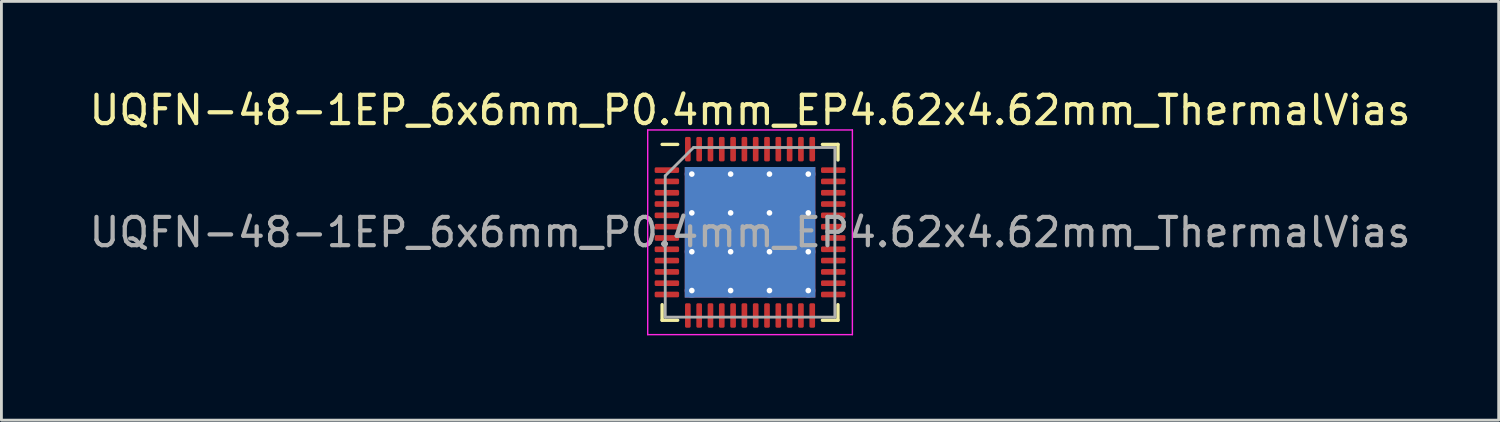
<source format=kicad_pcb>
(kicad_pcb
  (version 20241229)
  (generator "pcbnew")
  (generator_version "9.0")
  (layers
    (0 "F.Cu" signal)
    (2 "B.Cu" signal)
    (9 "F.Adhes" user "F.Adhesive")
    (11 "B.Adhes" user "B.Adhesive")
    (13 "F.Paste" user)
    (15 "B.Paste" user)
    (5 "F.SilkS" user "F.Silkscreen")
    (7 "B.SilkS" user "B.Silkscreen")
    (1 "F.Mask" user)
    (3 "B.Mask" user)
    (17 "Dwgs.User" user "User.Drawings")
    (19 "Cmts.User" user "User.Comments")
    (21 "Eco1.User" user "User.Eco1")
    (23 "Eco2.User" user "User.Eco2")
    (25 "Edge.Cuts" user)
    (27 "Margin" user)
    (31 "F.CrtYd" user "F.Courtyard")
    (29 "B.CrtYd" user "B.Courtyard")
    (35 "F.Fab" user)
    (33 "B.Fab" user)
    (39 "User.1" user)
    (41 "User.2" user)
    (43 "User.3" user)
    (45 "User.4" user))
  (footprint "UQFN-48-1EP_6x6mm_P0.4mm_EP4.62x4.62mm_ThermalVias"
    (layer "F.Cu")
    (at 23.482 5.168)
    (property "Reference" "UQFN-48-1EP_6x6mm_P0.4mm_EP4.62x4.62mm_ThermalVias" (at 0 -4.32 0) (layer "F.SilkS") (effects (font (size 1 1) (thickness 0.15))))
    (attr smd)
    (fp_line (start -3.11 3.11) (end -3.11 2.56) (stroke (width 0.12) (type solid)) (layer "F.SilkS"))
    (fp_line (start -2.56 -3.11) (end -3.11 -3.11) (stroke (width 0.12) (type solid)) (layer "F.SilkS"))
    (fp_line (start -2.56 3.11) (end -3.11 3.11) (stroke (width 0.12) (type solid)) (layer "F.SilkS"))
    (fp_line (start 2.56 -3.11) (end 3.11 -3.11) (stroke (width 0.12) (type solid)) (layer "F.SilkS"))
    (fp_line (start 2.56 3.11) (end 3.11 3.11) (stroke (width 0.12) (type solid)) (layer "F.SilkS"))
    (fp_line (start 3.11 -3.11) (end 3.11 -2.56) (stroke (width 0.12) (type solid)) (layer "F.SilkS"))
    (fp_line (start 3.11 3.11) (end 3.11 2.56) (stroke (width 0.12) (type solid)) (layer "F.SilkS"))
    (fp_line (start -3.62 -3.62) (end -3.62 3.62) (stroke (width 0.05) (type solid)) (layer "F.CrtYd"))
    (fp_line (start -3.62 3.62) (end 3.62 3.62) (stroke (width 0.05) (type solid)) (layer "F.CrtYd"))
    (fp_line (start 3.62 -3.62) (end -3.62 -3.62) (stroke (width 0.05) (type solid)) (layer "F.CrtYd"))
    (fp_line (start 3.62 3.62) (end 3.62 -3.62) (stroke (width 0.05) (type solid)) (layer "F.CrtYd"))
    (fp_line (start -3 -2) (end -2 -3) (stroke (width 0.1) (type solid)) (layer "F.Fab"))
    (fp_line (start -3 3) (end -3 -2) (stroke (width 0.1) (type solid)) (layer "F.Fab"))
    (fp_line (start -2 -3) (end 3 -3) (stroke (width 0.1) (type solid)) (layer "F.Fab"))
    (fp_line (start 3 -3) (end 3 3) (stroke (width 0.1) (type solid)) (layer "F.Fab"))
    (fp_line (start 3 3) (end -3 3) (stroke (width 0.1) (type solid)) (layer "F.Fab"))
    (fp_text user "${REFERENCE}" (at 0 0 0) (layer "F.Fab") (effects (font (size 1 1) (thickness 0.15))))
    (pad "" smd roundrect (at -1.373 -1.373) (size 1.193 1.193) (layers "F.Paste") (roundrect_rratio 0.21))
    (pad "" smd roundrect (at -1.373 0) (size 1.193 1.193) (layers "F.Paste") (roundrect_rratio 0.21))
    (pad "" smd roundrect (at -1.373 1.373) (size 1.193 1.193) (layers "F.Paste") (roundrect_rratio 0.21))
    (pad "" smd roundrect (at 0 -1.373) (size 1.193 1.193) (layers "F.Paste") (roundrect_rratio 0.21))
    (pad "" smd roundrect (at 0 0) (size 1.193 1.193) (layers "F.Paste") (roundrect_rratio 0.21))
    (pad "" smd roundrect (at 0 1.373) (size 1.193 1.193) (layers "F.Paste") (roundrect_rratio 0.21))
    (pad "" smd roundrect (at 1.373 -1.373) (size 1.193 1.193) (layers "F.Paste") (roundrect_rratio 0.21))
    (pad "" smd roundrect (at 1.373 0) (size 1.193 1.193) (layers "F.Paste") (roundrect_rratio 0.21))
    (pad "" smd roundrect (at 1.373 1.373) (size 1.193 1.193) (layers "F.Paste") (roundrect_rratio 0.21))
    (pad "1" smd roundrect (at -2.942 -2.2) (size 0.865 0.2) (layers "F.Cu" "F.Mask" "F.Paste") (roundrect_rratio 0.25))
    (pad "2" smd roundrect (at -2.942 -1.8) (size 0.865 0.2) (layers "F.Cu" "F.Mask" "F.Paste") (roundrect_rratio 0.25))
    (pad "3" smd roundrect (at -2.942 -1.4) (size 0.865 0.2) (layers "F.Cu" "F.Mask" "F.Paste") (roundrect_rratio 0.25))
    (pad "4" smd roundrect (at -2.942 -1) (size 0.865 0.2) (layers "F.Cu" "F.Mask" "F.Paste") (roundrect_rratio 0.25))
    (pad "5" smd roundrect (at -2.942 -0.6) (size 0.865 0.2) (layers "F.Cu" "F.Mask" "F.Paste") (roundrect_rratio 0.25))
    (pad "6" smd roundrect (at -2.942 -0.2) (size 0.865 0.2) (layers "F.Cu" "F.Mask" "F.Paste") (roundrect_rratio 0.25))
    (pad "7" smd roundrect (at -2.942 0.2) (size 0.865 0.2) (layers "F.Cu" "F.Mask" "F.Paste") (roundrect_rratio 0.25))
    (pad "8" smd roundrect (at -2.942 0.6) (size 0.865 0.2) (layers "F.Cu" "F.Mask" "F.Paste") (roundrect_rratio 0.25))
    (pad "9" smd roundrect (at -2.942 1) (size 0.865 0.2) (layers "F.Cu" "F.Mask" "F.Paste") (roundrect_rratio 0.25))
    (pad "10" smd roundrect (at -2.942 1.4) (size 0.865 0.2) (layers "F.Cu" "F.Mask" "F.Paste") (roundrect_rratio 0.25))
    (pad "11" smd roundrect (at -2.942 1.8) (size 0.865 0.2) (layers "F.Cu" "F.Mask" "F.Paste") (roundrect_rratio 0.25))
    (pad "12" smd roundrect (at -2.942 2.2) (size 0.865 0.2) (layers "F.Cu" "F.Mask" "F.Paste") (roundrect_rratio 0.25))
    (pad "13" smd roundrect (at -2.2 2.942) (size 0.2 0.865) (layers "F.Cu" "F.Mask" "F.Paste") (roundrect_rratio 0.25))
    (pad "14" smd roundrect (at -1.8 2.942) (size 0.2 0.865) (layers "F.Cu" "F.Mask" "F.Paste") (roundrect_rratio 0.25))
    (pad "15" smd roundrect (at -1.4 2.942) (size 0.2 0.865) (layers "F.Cu" "F.Mask" "F.Paste") (roundrect_rratio 0.25))
    (pad "16" smd roundrect (at -1 2.942) (size 0.2 0.865) (layers "F.Cu" "F.Mask" "F.Paste") (roundrect_rratio 0.25))
    (pad "17" smd roundrect (at -0.6 2.942) (size 0.2 0.865) (layers "F.Cu" "F.Mask" "F.Paste") (roundrect_rratio 0.25))
    (pad "18" smd roundrect (at -0.2 2.942) (size 0.2 0.865) (layers "F.Cu" "F.Mask" "F.Paste") (roundrect_rratio 0.25))
    (pad "19" smd roundrect (at 0.2 2.942) (size 0.2 0.865) (layers "F.Cu" "F.Mask" "F.Paste") (roundrect_rratio 0.25))
    (pad "20" smd roundrect (at 0.6 2.942) (size 0.2 0.865) (layers "F.Cu" "F.Mask" "F.Paste") (roundrect_rratio 0.25))
    (pad "21" smd roundrect (at 1 2.942) (size 0.2 0.865) (layers "F.Cu" "F.Mask" "F.Paste") (roundrect_rratio 0.25))
    (pad "22" smd roundrect (at 1.4 2.942) (size 0.2 0.865) (layers "F.Cu" "F.Mask" "F.Paste") (roundrect_rratio 0.25))
    (pad "23" smd roundrect (at 1.8 2.942) (size 0.2 0.865) (layers "F.Cu" "F.Mask" "F.Paste") (roundrect_rratio 0.25))
    (pad "24" smd roundrect (at 2.2 2.942) (size 0.2 0.865) (layers "F.Cu" "F.Mask" "F.Paste") (roundrect_rratio 0.25))
    (pad "25" smd roundrect (at 2.942 2.2) (size 0.865 0.2) (layers "F.Cu" "F.Mask" "F.Paste") (roundrect_rratio 0.25))
    (pad "26" smd roundrect (at 2.942 1.8) (size 0.865 0.2) (layers "F.Cu" "F.Mask" "F.Paste") (roundrect_rratio 0.25))
    (pad "27" smd roundrect (at 2.942 1.4) (size 0.865 0.2) (layers "F.Cu" "F.Mask" "F.Paste") (roundrect_rratio 0.25))
    (pad "28" smd roundrect (at 2.942 1) (size 0.865 0.2) (layers "F.Cu" "F.Mask" "F.Paste") (roundrect_rratio 0.25))
    (pad "29" smd roundrect (at 2.942 0.6) (size 0.865 0.2) (layers "F.Cu" "F.Mask" "F.Paste") (roundrect_rratio 0.25))
    (pad "30" smd roundrect (at 2.942 0.2) (size 0.865 0.2) (layers "F.Cu" "F.Mask" "F.Paste") (roundrect_rratio 0.25))
    (pad "31" smd roundrect (at 2.942 -0.2) (size 0.865 0.2) (layers "F.Cu" "F.Mask" "F.Paste") (roundrect_rratio 0.25))
    (pad "32" smd roundrect (at 2.942 -0.6) (size 0.865 0.2) (layers "F.Cu" "F.Mask" "F.Paste") (roundrect_rratio 0.25))
    (pad "33" smd roundrect (at 2.942 -1) (size 0.865 0.2) (layers "F.Cu" "F.Mask" "F.Paste") (roundrect_rratio 0.25))
    (pad "34" smd roundrect (at 2.942 -1.4) (size 0.865 0.2) (layers "F.Cu" "F.Mask" "F.Paste") (roundrect_rratio 0.25))
    (pad "35" smd roundrect (at 2.942 -1.8) (size 0.865 0.2) (layers "F.Cu" "F.Mask" "F.Paste") (roundrect_rratio 0.25))
    (pad "36" smd roundrect (at 2.942 -2.2) (size 0.865 0.2) (layers "F.Cu" "F.Mask" "F.Paste") (roundrect_rratio 0.25))
    (pad "37" smd roundrect (at 2.2 -2.942) (size 0.2 0.865) (layers "F.Cu" "F.Mask" "F.Paste") (roundrect_rratio 0.25))
    (pad "38" smd roundrect (at 1.8 -2.942) (size 0.2 0.865) (layers "F.Cu" "F.Mask" "F.Paste") (roundrect_rratio 0.25))
    (pad "39" smd roundrect (at 1.4 -2.942) (size 0.2 0.865) (layers "F.Cu" "F.Mask" "F.Paste") (roundrect_rratio 0.25))
    (pad "40" smd roundrect (at 1 -2.942) (size 0.2 0.865) (layers "F.Cu" "F.Mask" "F.Paste") (roundrect_rratio 0.25))
    (pad "41" smd roundrect (at 0.6 -2.942) (size 0.2 0.865) (layers "F.Cu" "F.Mask" "F.Paste") (roundrect_rratio 0.25))
    (pad "42" smd roundrect (at 0.2 -2.942) (size 0.2 0.865) (layers "F.Cu" "F.Mask" "F.Paste") (roundrect_rratio 0.25))
    (pad "43" smd roundrect (at -0.2 -2.942) (size 0.2 0.865) (layers "F.Cu" "F.Mask" "F.Paste") (roundrect_rratio 0.25))
    (pad "44" smd roundrect (at -0.6 -2.942) (size 0.2 0.865) (layers "F.Cu" "F.Mask" "F.Paste") (roundrect_rratio 0.25))
    (pad "45" smd roundrect (at -1 -2.942) (size 0.2 0.865) (layers "F.Cu" "F.Mask" "F.Paste") (roundrect_rratio 0.25))
    (pad "46" smd roundrect (at -1.4 -2.942) (size 0.2 0.865) (layers "F.Cu" "F.Mask" "F.Paste") (roundrect_rratio 0.25))
    (pad "47" smd roundrect (at -1.8 -2.942) (size 0.2 0.865) (layers "F.Cu" "F.Mask" "F.Paste") (roundrect_rratio 0.25))
    (pad "48" smd roundrect (at -2.2 -2.942) (size 0.2 0.865) (layers "F.Cu" "F.Mask" "F.Paste") (roundrect_rratio 0.25))
    (pad "49" thru_hole circle (at -2.06 -2.06) (size 0.5 0.5) (drill 0.2) (layers "*.Cu"))
    (pad "49" thru_hole circle (at -2.06 -0.687) (size 0.5 0.5) (drill 0.2) (layers "*.Cu"))
    (pad "49" thru_hole circle (at -2.06 0.687) (size 0.5 0.5) (drill 0.2) (layers "*.Cu"))
    (pad "49" thru_hole circle (at -2.06 2.06) (size 0.5 0.5) (drill 0.2) (layers "*.Cu"))
    (pad "49" thru_hole circle (at -0.687 -2.06) (size 0.5 0.5) (drill 0.2) (layers "*.Cu"))
    (pad "49" thru_hole circle (at -0.687 -0.687) (size 0.5 0.5) (drill 0.2) (layers "*.Cu"))
    (pad "49" thru_hole circle (at -0.687 0.687) (size 0.5 0.5) (drill 0.2) (layers "*.Cu"))
    (pad "49" thru_hole circle (at -0.687 2.06) (size 0.5 0.5) (drill 0.2) (layers "*.Cu"))
    (pad "49" smd rect (at 0 0) (size 4.62 4.62) (layers "F.Cu" "F.Mask"))
    (pad "49" smd rect (at 0 0) (size 4.62 4.62) (layers "B.Cu"))
    (pad "49" thru_hole circle (at 0.687 -2.06) (size 0.5 0.5) (drill 0.2) (layers "*.Cu"))
    (pad "49" thru_hole circle (at 0.687 -0.687) (size 0.5 0.5) (drill 0.2) (layers "*.Cu"))
    (pad "49" thru_hole circle (at 0.687 0.687) (size 0.5 0.5) (drill 0.2) (layers "*.Cu"))
    (pad "49" thru_hole circle (at 0.687 2.06) (size 0.5 0.5) (drill 0.2) (layers "*.Cu"))
    (pad "49" thru_hole circle (at 2.06 -2.06) (size 0.5 0.5) (drill 0.2) (layers "*.Cu"))
    (pad "49" thru_hole circle (at 2.06 -0.687) (size 0.5 0.5) (drill 0.2) (layers "*.Cu"))
    (pad "49" thru_hole circle (at 2.06 0.687) (size 0.5 0.5) (drill 0.2) (layers "*.Cu"))
    (pad "49" thru_hole circle (at 2.06 2.06) (size 0.5 0.5) (drill 0.2) (layers "*.Cu")))
  (gr_rect
    (start -3 -3)
    (end 49.964 11.813)
    (stroke (width 0.1) (type default))
    (fill no)
    (layer "Edge.Cuts")))
</source>
